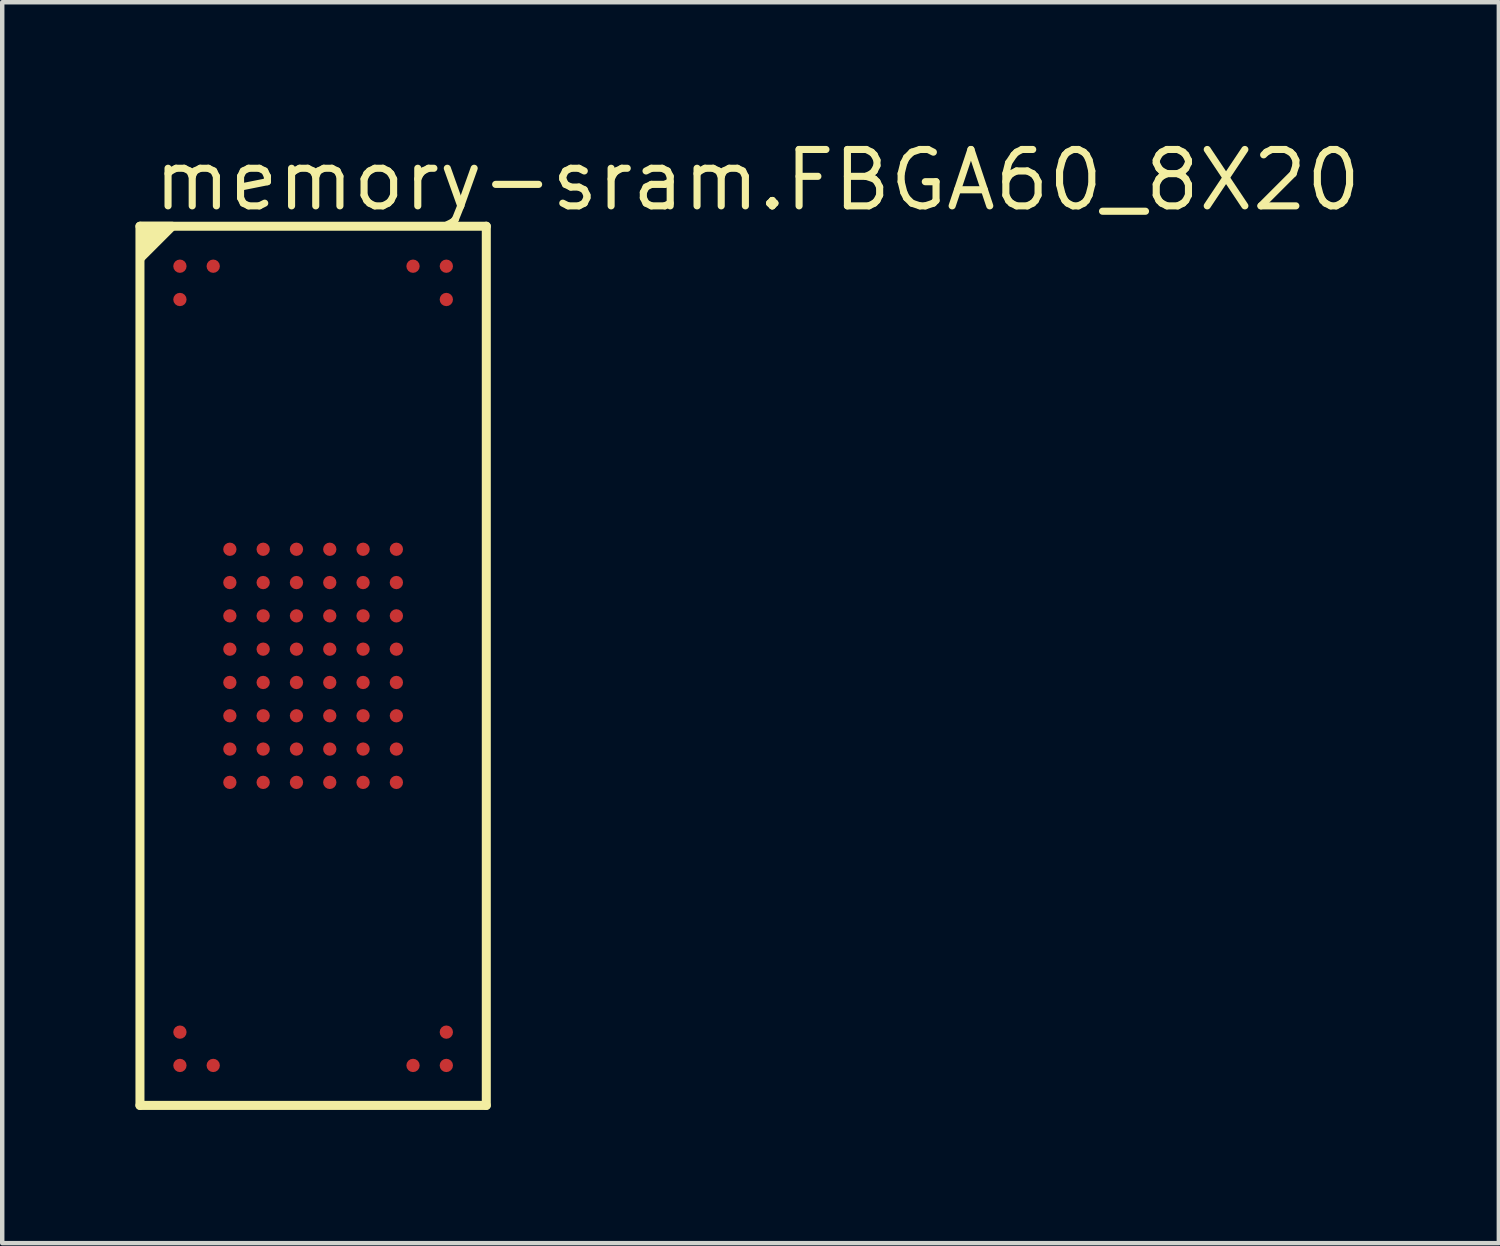
<source format=kicad_pcb>
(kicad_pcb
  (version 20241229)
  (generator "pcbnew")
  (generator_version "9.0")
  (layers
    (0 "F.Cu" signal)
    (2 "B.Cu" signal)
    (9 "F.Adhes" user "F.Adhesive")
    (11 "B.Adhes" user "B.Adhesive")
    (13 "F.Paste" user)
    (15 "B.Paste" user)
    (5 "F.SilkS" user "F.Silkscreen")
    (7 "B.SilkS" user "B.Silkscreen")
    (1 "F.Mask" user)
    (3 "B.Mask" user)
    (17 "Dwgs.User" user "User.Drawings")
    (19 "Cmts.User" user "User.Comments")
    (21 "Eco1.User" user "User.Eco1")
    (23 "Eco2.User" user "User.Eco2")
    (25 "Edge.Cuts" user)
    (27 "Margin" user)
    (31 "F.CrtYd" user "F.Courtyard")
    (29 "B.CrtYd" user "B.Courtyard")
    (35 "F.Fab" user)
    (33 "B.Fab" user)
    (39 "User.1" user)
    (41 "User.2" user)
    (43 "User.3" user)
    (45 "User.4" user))
  (footprint "memory-sram.FBGA60_8X20"
    (layer "F.Cu")
    (at 4.002 11.945)
    (property "Reference" "memory-sram.FBGA60_8X20" (at -3.675 -10.195 0) (layer "F.SilkS") (effects (font (size 1.27 1.27) (thickness 0.16)) (justify left bottom)))
    (attr smd)
    (fp_circle (center -3 -9) (end -2.85 -9) (stroke (width 0.1) (type default)) (fill no) (layer "F.Mask"))
    (fp_circle (center -3 -8.25) (end -2.85 -8.25) (stroke (width 0.1) (type default)) (fill no) (layer "F.Mask"))
    (fp_circle (center -3 8.25) (end -2.85 8.25) (stroke (width 0.1) (type default)) (fill no) (layer "F.Mask"))
    (fp_circle (center -3 9) (end -2.85 9) (stroke (width 0.1) (type default)) (fill no) (layer "F.Mask"))
    (fp_circle (center -2.25 -9) (end -2.1 -9) (stroke (width 0.1) (type default)) (fill no) (layer "F.Mask"))
    (fp_circle (center -2.25 9) (end -2.1 9) (stroke (width 0.1) (type default)) (fill no) (layer "F.Mask"))
    (fp_circle (center -1.875 -2.625) (end -1.725 -2.625) (stroke (width 0.1) (type default)) (fill no) (layer "F.Mask"))
    (fp_circle (center -1.875 -1.875) (end -1.725 -1.875) (stroke (width 0.1) (type default)) (fill no) (layer "F.Mask"))
    (fp_circle (center -1.875 -1.125) (end -1.725 -1.125) (stroke (width 0.1) (type default)) (fill no) (layer "F.Mask"))
    (fp_circle (center -1.875 -0.375) (end -1.725 -0.375) (stroke (width 0.1) (type default)) (fill no) (layer "F.Mask"))
    (fp_circle (center -1.875 0.375) (end -1.725 0.375) (stroke (width 0.1) (type default)) (fill no) (layer "F.Mask"))
    (fp_circle (center -1.875 1.125) (end -1.725 1.125) (stroke (width 0.1) (type default)) (fill no) (layer "F.Mask"))
    (fp_circle (center -1.875 1.875) (end -1.725 1.875) (stroke (width 0.1) (type default)) (fill no) (layer "F.Mask"))
    (fp_circle (center -1.875 2.625) (end -1.725 2.625) (stroke (width 0.1) (type default)) (fill no) (layer "F.Mask"))
    (fp_circle (center -1.125 -2.625) (end -0.975 -2.625) (stroke (width 0.1) (type default)) (fill no) (layer "F.Mask"))
    (fp_circle (center -1.125 -1.875) (end -0.975 -1.875) (stroke (width 0.1) (type default)) (fill no) (layer "F.Mask"))
    (fp_circle (center -1.125 -1.125) (end -0.975 -1.125) (stroke (width 0.1) (type default)) (fill no) (layer "F.Mask"))
    (fp_circle (center -1.125 -0.375) (end -0.975 -0.375) (stroke (width 0.1) (type default)) (fill no) (layer "F.Mask"))
    (fp_circle (center -1.125 0.375) (end -0.975 0.375) (stroke (width 0.1) (type default)) (fill no) (layer "F.Mask"))
    (fp_circle (center -1.125 1.125) (end -0.975 1.125) (stroke (width 0.1) (type default)) (fill no) (layer "F.Mask"))
    (fp_circle (center -1.125 1.875) (end -0.975 1.875) (stroke (width 0.1) (type default)) (fill no) (layer "F.Mask"))
    (fp_circle (center -1.125 2.625) (end -0.975 2.625) (stroke (width 0.1) (type default)) (fill no) (layer "F.Mask"))
    (fp_circle (center -0.375 -2.625) (end -0.225 -2.625) (stroke (width 0.1) (type default)) (fill no) (layer "F.Mask"))
    (fp_circle (center -0.375 -1.875) (end -0.225 -1.875) (stroke (width 0.1) (type default)) (fill no) (layer "F.Mask"))
    (fp_circle (center -0.375 -1.125) (end -0.225 -1.125) (stroke (width 0.1) (type default)) (fill no) (layer "F.Mask"))
    (fp_circle (center -0.375 -0.375) (end -0.225 -0.375) (stroke (width 0.1) (type default)) (fill no) (layer "F.Mask"))
    (fp_circle (center -0.375 0.375) (end -0.225 0.375) (stroke (width 0.1) (type default)) (fill no) (layer "F.Mask"))
    (fp_circle (center -0.375 1.125) (end -0.225 1.125) (stroke (width 0.1) (type default)) (fill no) (layer "F.Mask"))
    (fp_circle (center -0.375 1.875) (end -0.225 1.875) (stroke (width 0.1) (type default)) (fill no) (layer "F.Mask"))
    (fp_circle (center -0.375 2.625) (end -0.225 2.625) (stroke (width 0.1) (type default)) (fill no) (layer "F.Mask"))
    (fp_circle (center 0.375 -2.625) (end 0.525 -2.625) (stroke (width 0.1) (type default)) (fill no) (layer "F.Mask"))
    (fp_circle (center 0.375 -1.875) (end 0.525 -1.875) (stroke (width 0.1) (type default)) (fill no) (layer "F.Mask"))
    (fp_circle (center 0.375 -1.125) (end 0.525 -1.125) (stroke (width 0.1) (type default)) (fill no) (layer "F.Mask"))
    (fp_circle (center 0.375 -0.375) (end 0.525 -0.375) (stroke (width 0.1) (type default)) (fill no) (layer "F.Mask"))
    (fp_circle (center 0.375 0.375) (end 0.525 0.375) (stroke (width 0.1) (type default)) (fill no) (layer "F.Mask"))
    (fp_circle (center 0.375 1.125) (end 0.525 1.125) (stroke (width 0.1) (type default)) (fill no) (layer "F.Mask"))
    (fp_circle (center 0.375 1.875) (end 0.525 1.875) (stroke (width 0.1) (type default)) (fill no) (layer "F.Mask"))
    (fp_circle (center 0.375 2.625) (end 0.525 2.625) (stroke (width 0.1) (type default)) (fill no) (layer "F.Mask"))
    (fp_circle (center 1.125 -2.625) (end 1.275 -2.625) (stroke (width 0.1) (type default)) (fill no) (layer "F.Mask"))
    (fp_circle (center 1.125 -1.875) (end 1.275 -1.875) (stroke (width 0.1) (type default)) (fill no) (layer "F.Mask"))
    (fp_circle (center 1.125 -1.125) (end 1.275 -1.125) (stroke (width 0.1) (type default)) (fill no) (layer "F.Mask"))
    (fp_circle (center 1.125 -0.375) (end 1.275 -0.375) (stroke (width 0.1) (type default)) (fill no) (layer "F.Mask"))
    (fp_circle (center 1.125 0.375) (end 1.275 0.375) (stroke (width 0.1) (type default)) (fill no) (layer "F.Mask"))
    (fp_circle (center 1.125 1.125) (end 1.275 1.125) (stroke (width 0.1) (type default)) (fill no) (layer "F.Mask"))
    (fp_circle (center 1.125 1.875) (end 1.275 1.875) (stroke (width 0.1) (type default)) (fill no) (layer "F.Mask"))
    (fp_circle (center 1.125 2.625) (end 1.275 2.625) (stroke (width 0.1) (type default)) (fill no) (layer "F.Mask"))
    (fp_circle (center 1.875 -2.625) (end 2.025 -2.625) (stroke (width 0.1) (type default)) (fill no) (layer "F.Mask"))
    (fp_circle (center 1.875 -1.875) (end 2.025 -1.875) (stroke (width 0.1) (type default)) (fill no) (layer "F.Mask"))
    (fp_circle (center 1.875 -1.125) (end 2.025 -1.125) (stroke (width 0.1) (type default)) (fill no) (layer "F.Mask"))
    (fp_circle (center 1.875 -0.375) (end 2.025 -0.375) (stroke (width 0.1) (type default)) (fill no) (layer "F.Mask"))
    (fp_circle (center 1.875 0.375) (end 2.025 0.375) (stroke (width 0.1) (type default)) (fill no) (layer "F.Mask"))
    (fp_circle (center 1.875 1.125) (end 2.025 1.125) (stroke (width 0.1) (type default)) (fill no) (layer "F.Mask"))
    (fp_circle (center 1.875 1.875) (end 2.025 1.875) (stroke (width 0.1) (type default)) (fill no) (layer "F.Mask"))
    (fp_circle (center 1.875 2.625) (end 2.025 2.625) (stroke (width 0.1) (type default)) (fill no) (layer "F.Mask"))
    (fp_circle (center 2.25 -9) (end 2.4 -9) (stroke (width 0.1) (type default)) (fill no) (layer "F.Mask"))
    (fp_circle (center 2.25 9) (end 2.4 9) (stroke (width 0.1) (type default)) (fill no) (layer "F.Mask"))
    (fp_circle (center 3 -9) (end 3.15 -9) (stroke (width 0.1) (type default)) (fill no) (layer "F.Mask"))
    (fp_circle (center 3 -8.25) (end 3.15 -8.25) (stroke (width 0.1) (type default)) (fill no) (layer "F.Mask"))
    (fp_circle (center 3 8.25) (end 3.15 8.25) (stroke (width 0.1) (type default)) (fill no) (layer "F.Mask"))
    (fp_circle (center 3 9) (end 3.15 9) (stroke (width 0.1) (type default)) (fill no) (layer "F.Mask"))
    (fp_line (start -3.9 -9.9) (end 3.9 -9.9) (stroke (width 0.203) (type default)) (layer "F.SilkS"))
    (fp_line (start -3.9 9.9) (end -3.9 -9.9) (stroke (width 0.203) (type default)) (layer "F.SilkS"))
    (fp_line (start 3.9 -9.9) (end 3.9 9.9) (stroke (width 0.203) (type default)) (layer "F.SilkS"))
    (fp_line (start 3.9 9.9) (end -3.9 9.9) (stroke (width 0.203) (type default)) (layer "F.SilkS"))
    (fp_poly (pts (xy -3.875 -9.9) (xy -3.175 -9.9) (xy -3.875 -9.2)) (stroke (width 0.203) (type default)) (fill yes) (layer "F.SilkS"))
    (pad "A1" smd roundrect (at -1.875 -2.625) (size 0.3 0.3) (layers "F.Cu" "F.Mask" "F.Paste") (roundrect_rratio 0.5))
    (pad "A2" smd roundrect (at -1.125 -2.625) (size 0.3 0.3) (layers "F.Cu" "F.Mask" "F.Paste") (roundrect_rratio 0.5))
    (pad "A3" smd roundrect (at -0.375 -2.625) (size 0.3 0.3) (layers "F.Cu" "F.Mask" "F.Paste") (roundrect_rratio 0.5))
    (pad "A4" smd roundrect (at 0.375 -2.625) (size 0.3 0.3) (layers "F.Cu" "F.Mask" "F.Paste") (roundrect_rratio 0.5))
    (pad "A5" smd roundrect (at 1.125 -2.625) (size 0.3 0.3) (layers "F.Cu" "F.Mask" "F.Paste") (roundrect_rratio 0.5))
    (pad "A6" smd roundrect (at 1.875 -2.625) (size 0.3 0.3) (layers "F.Cu" "F.Mask" "F.Paste") (roundrect_rratio 0.5))
    (pad "B1" smd roundrect (at -1.875 -1.875) (size 0.3 0.3) (layers "F.Cu" "F.Mask" "F.Paste") (roundrect_rratio 0.5))
    (pad "B2" smd roundrect (at -1.125 -1.875) (size 0.3 0.3) (layers "F.Cu" "F.Mask" "F.Paste") (roundrect_rratio 0.5))
    (pad "B3" smd roundrect (at -0.375 -1.875) (size 0.3 0.3) (layers "F.Cu" "F.Mask" "F.Paste") (roundrect_rratio 0.5))
    (pad "B4" smd roundrect (at 0.375 -1.875) (size 0.3 0.3) (layers "F.Cu" "F.Mask" "F.Paste") (roundrect_rratio 0.5))
    (pad "B5" smd roundrect (at 1.125 -1.875) (size 0.3 0.3) (layers "F.Cu" "F.Mask" "F.Paste") (roundrect_rratio 0.5))
    (pad "B6" smd roundrect (at 1.875 -1.875) (size 0.3 0.3) (layers "F.Cu" "F.Mask" "F.Paste") (roundrect_rratio 0.5))
    (pad "C1" smd roundrect (at -1.875 -1.125) (size 0.3 0.3) (layers "F.Cu" "F.Mask" "F.Paste") (roundrect_rratio 0.5))
    (pad "C2" smd roundrect (at -1.125 -1.125) (size 0.3 0.3) (layers "F.Cu" "F.Mask" "F.Paste") (roundrect_rratio 0.5))
    (pad "C3" smd roundrect (at -0.375 -1.125) (size 0.3 0.3) (layers "F.Cu" "F.Mask" "F.Paste") (roundrect_rratio 0.5))
    (pad "C4" smd roundrect (at 0.375 -1.125) (size 0.3 0.3) (layers "F.Cu" "F.Mask" "F.Paste") (roundrect_rratio 0.5))
    (pad "C5" smd roundrect (at 1.125 -1.125) (size 0.3 0.3) (layers "F.Cu" "F.Mask" "F.Paste") (roundrect_rratio 0.5))
    (pad "C6" smd roundrect (at 1.875 -1.125) (size 0.3 0.3) (layers "F.Cu" "F.Mask" "F.Paste") (roundrect_rratio 0.5))
    (pad "D1" smd roundrect (at -1.875 -0.375) (size 0.3 0.3) (layers "F.Cu" "F.Mask" "F.Paste") (roundrect_rratio 0.5))
    (pad "D2" smd roundrect (at -1.125 -0.375) (size 0.3 0.3) (layers "F.Cu" "F.Mask" "F.Paste") (roundrect_rratio 0.5))
    (pad "D3" smd roundrect (at -0.375 -0.375) (size 0.3 0.3) (layers "F.Cu" "F.Mask" "F.Paste") (roundrect_rratio 0.5))
    (pad "D4" smd roundrect (at 0.375 -0.375) (size 0.3 0.3) (layers "F.Cu" "F.Mask" "F.Paste") (roundrect_rratio 0.5))
    (pad "D5" smd roundrect (at 1.125 -0.375) (size 0.3 0.3) (layers "F.Cu" "F.Mask" "F.Paste") (roundrect_rratio 0.5))
    (pad "D6" smd roundrect (at 1.875 -0.375) (size 0.3 0.3) (layers "F.Cu" "F.Mask" "F.Paste") (roundrect_rratio 0.5))
    (pad "DY@1" smd roundrect (at -3 -9) (size 0.3 0.3) (layers "F.Cu" "F.Mask" "F.Paste") (roundrect_rratio 0.5))
    (pad "DY@2" smd roundrect (at -2.25 -9) (size 0.3 0.3) (layers "F.Cu" "F.Mask" "F.Paste") (roundrect_rratio 0.5))
    (pad "DY@3" smd roundrect (at -3 -8.25) (size 0.3 0.3) (layers "F.Cu" "F.Mask" "F.Paste") (roundrect_rratio 0.5))
    (pad "DY@4" smd roundrect (at -3 8.25) (size 0.3 0.3) (layers "F.Cu" "F.Mask" "F.Paste") (roundrect_rratio 0.5))
    (pad "DY@5" smd roundrect (at -3 9) (size 0.3 0.3) (layers "F.Cu" "F.Mask" "F.Paste") (roundrect_rratio 0.5))
    (pad "DY@6" smd roundrect (at -2.25 9) (size 0.3 0.3) (layers "F.Cu" "F.Mask" "F.Paste") (roundrect_rratio 0.5))
    (pad "DY@7" smd roundrect (at 2.25 -9) (size 0.3 0.3) (layers "F.Cu" "F.Mask" "F.Paste") (roundrect_rratio 0.5))
    (pad "DY@8" smd roundrect (at 3 -9) (size 0.3 0.3) (layers "F.Cu" "F.Mask" "F.Paste") (roundrect_rratio 0.5))
    (pad "DY@9" smd roundrect (at 3 -8.25) (size 0.3 0.3) (layers "F.Cu" "F.Mask" "F.Paste") (roundrect_rratio 0.5))
    (pad "DY@10" smd roundrect (at 3 8.25) (size 0.3 0.3) (layers "F.Cu" "F.Mask" "F.Paste") (roundrect_rratio 0.5))
    (pad "DY@11" smd roundrect (at 3 9) (size 0.3 0.3) (layers "F.Cu" "F.Mask" "F.Paste") (roundrect_rratio 0.5))
    (pad "DY@12" smd roundrect (at 2.25 9) (size 0.3 0.3) (layers "F.Cu" "F.Mask" "F.Paste") (roundrect_rratio 0.5))
    (pad "E1" smd roundrect (at -1.875 0.375) (size 0.3 0.3) (layers "F.Cu" "F.Mask" "F.Paste") (roundrect_rratio 0.5))
    (pad "E2" smd roundrect (at -1.125 0.375) (size 0.3 0.3) (layers "F.Cu" "F.Mask" "F.Paste") (roundrect_rratio 0.5))
    (pad "E3" smd roundrect (at -0.375 0.375) (size 0.3 0.3) (layers "F.Cu" "F.Mask" "F.Paste") (roundrect_rratio 0.5))
    (pad "E4" smd roundrect (at 0.375 0.375) (size 0.3 0.3) (layers "F.Cu" "F.Mask" "F.Paste") (roundrect_rratio 0.5))
    (pad "E5" smd roundrect (at 1.125 0.375) (size 0.3 0.3) (layers "F.Cu" "F.Mask" "F.Paste") (roundrect_rratio 0.5))
    (pad "E6" smd roundrect (at 1.875 0.375) (size 0.3 0.3) (layers "F.Cu" "F.Mask" "F.Paste") (roundrect_rratio 0.5))
    (pad "F1" smd roundrect (at -1.875 1.125) (size 0.3 0.3) (layers "F.Cu" "F.Mask" "F.Paste") (roundrect_rratio 0.5))
    (pad "F2" smd roundrect (at -1.125 1.125) (size 0.3 0.3) (layers "F.Cu" "F.Mask" "F.Paste") (roundrect_rratio 0.5))
    (pad "F3" smd roundrect (at -0.375 1.125) (size 0.3 0.3) (layers "F.Cu" "F.Mask" "F.Paste") (roundrect_rratio 0.5))
    (pad "F4" smd roundrect (at 0.375 1.125) (size 0.3 0.3) (layers "F.Cu" "F.Mask" "F.Paste") (roundrect_rratio 0.5))
    (pad "F5" smd roundrect (at 1.125 1.125) (size 0.3 0.3) (layers "F.Cu" "F.Mask" "F.Paste") (roundrect_rratio 0.5))
    (pad "F6" smd roundrect (at 1.875 1.125) (size 0.3 0.3) (layers "F.Cu" "F.Mask" "F.Paste") (roundrect_rratio 0.5))
    (pad "G1" smd roundrect (at -1.875 1.875) (size 0.3 0.3) (layers "F.Cu" "F.Mask" "F.Paste") (roundrect_rratio 0.5))
    (pad "G2" smd roundrect (at -1.125 1.875) (size 0.3 0.3) (layers "F.Cu" "F.Mask" "F.Paste") (roundrect_rratio 0.5))
    (pad "G3" smd roundrect (at -0.375 1.875) (size 0.3 0.3) (layers "F.Cu" "F.Mask" "F.Paste") (roundrect_rratio 0.5))
    (pad "G4" smd roundrect (at 0.375 1.875) (size 0.3 0.3) (layers "F.Cu" "F.Mask" "F.Paste") (roundrect_rratio 0.5))
    (pad "G5" smd roundrect (at 1.125 1.875) (size 0.3 0.3) (layers "F.Cu" "F.Mask" "F.Paste") (roundrect_rratio 0.5))
    (pad "G6" smd roundrect (at 1.875 1.875) (size 0.3 0.3) (layers "F.Cu" "F.Mask" "F.Paste") (roundrect_rratio 0.5))
    (pad "H1" smd roundrect (at -1.875 2.625) (size 0.3 0.3) (layers "F.Cu" "F.Mask" "F.Paste") (roundrect_rratio 0.5))
    (pad "H2" smd roundrect (at -1.125 2.625) (size 0.3 0.3) (layers "F.Cu" "F.Mask" "F.Paste") (roundrect_rratio 0.5))
    (pad "H3" smd roundrect (at -0.375 2.625) (size 0.3 0.3) (layers "F.Cu" "F.Mask" "F.Paste") (roundrect_rratio 0.5))
    (pad "H4" smd roundrect (at 0.375 2.625) (size 0.3 0.3) (layers "F.Cu" "F.Mask" "F.Paste") (roundrect_rratio 0.5))
    (pad "H5" smd roundrect (at 1.125 2.625) (size 0.3 0.3) (layers "F.Cu" "F.Mask" "F.Paste") (roundrect_rratio 0.5))
    (pad "H6" smd roundrect (at 1.875 2.625) (size 0.3 0.3) (layers "F.Cu" "F.Mask" "F.Paste") (roundrect_rratio 0.5)))
  (gr_rect
    (start -3 -3)
    (end 30.706 24.947)
    (stroke (width 0.1) (type default))
    (fill no)
    (layer "Edge.Cuts")))
</source>
